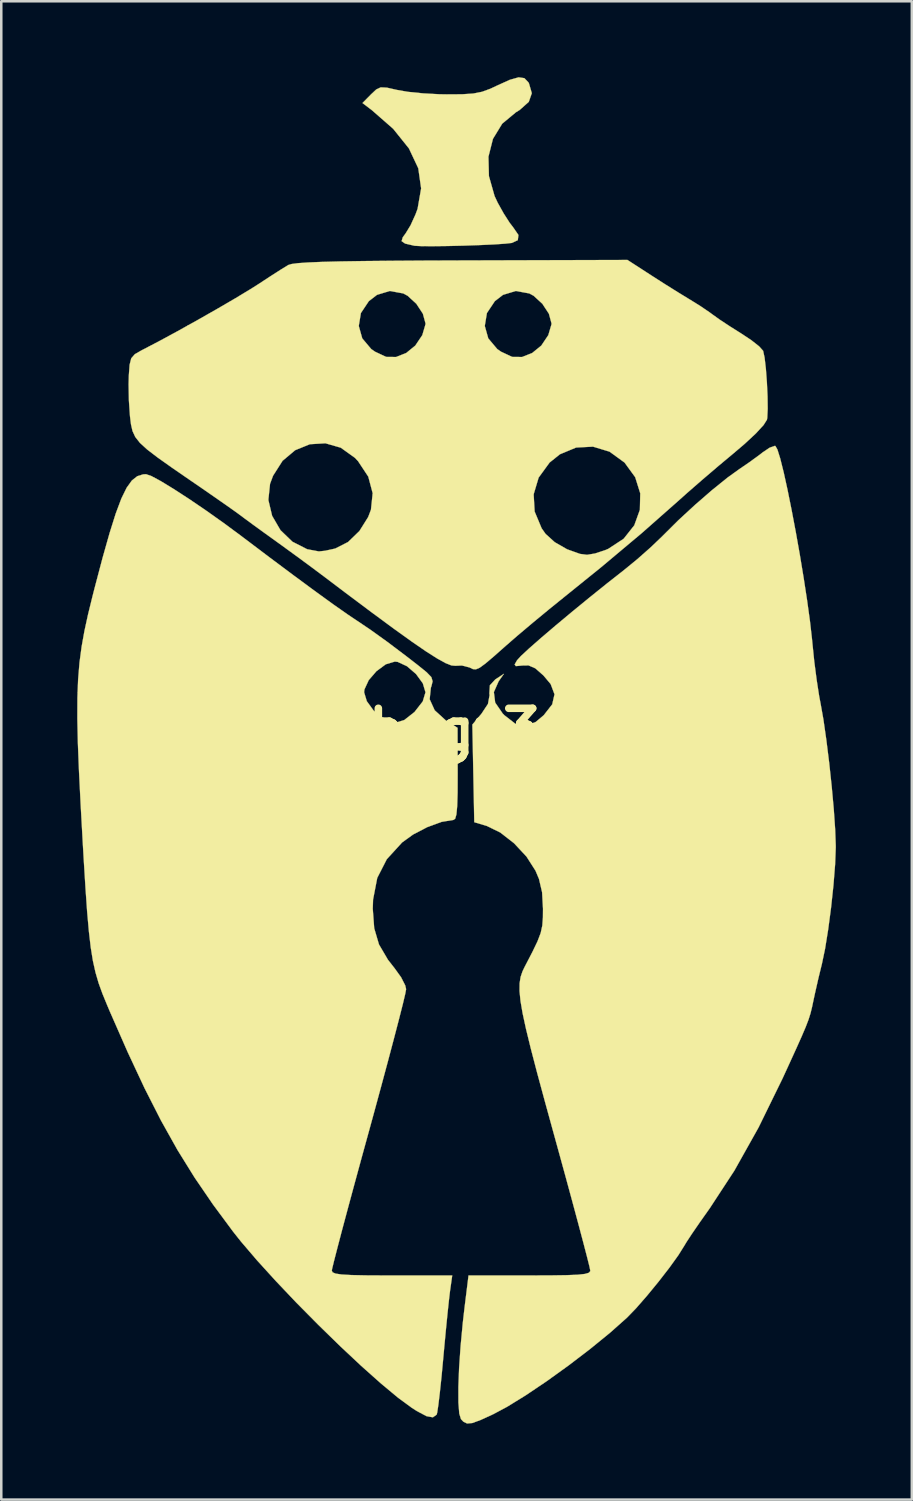
<source format=kicad_pcb>
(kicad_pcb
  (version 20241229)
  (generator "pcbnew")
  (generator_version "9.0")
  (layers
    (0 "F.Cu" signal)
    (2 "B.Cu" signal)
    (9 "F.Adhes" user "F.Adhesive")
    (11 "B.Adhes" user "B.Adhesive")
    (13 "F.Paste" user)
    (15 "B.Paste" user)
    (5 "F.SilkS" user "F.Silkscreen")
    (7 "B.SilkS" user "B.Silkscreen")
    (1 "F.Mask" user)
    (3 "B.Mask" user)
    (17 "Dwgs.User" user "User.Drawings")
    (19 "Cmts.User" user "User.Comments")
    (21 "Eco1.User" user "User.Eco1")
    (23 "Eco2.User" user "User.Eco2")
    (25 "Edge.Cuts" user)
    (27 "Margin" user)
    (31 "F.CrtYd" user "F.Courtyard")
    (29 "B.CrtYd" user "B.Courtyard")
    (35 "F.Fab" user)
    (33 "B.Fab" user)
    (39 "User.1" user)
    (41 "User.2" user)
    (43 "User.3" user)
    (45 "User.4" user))
  (footprint "bugv3"
    (layer "F.Cu")
    (at 14.908 25.766)
    (property "Reference" "bugv3" (at 0 0 0) (layer "F.SilkS") (effects (font (size 1.524 1.524) (thickness 0.3))))
    (attr through_hole)
    (fp_poly (pts (xy 2.758 -25.728) (xy 2.914 -25.566) (xy 2.939 -25.521) (xy 3.051 -25.135) (xy 2.932 -24.793) (xy 2.572 -24.472) (xy 2.425 -24.382) (xy 1.881 -23.93) (xy 1.516 -23.331) (xy 1.338 -22.626) (xy 1.357 -21.859) (xy 1.58 -21.072) (xy 1.705 -20.805) (xy 1.942 -20.381) (xy 2.176 -20.016) (xy 2.311 -19.84) (xy 2.522 -19.534) (xy 2.498 -19.328) (xy 2.266 -19.22) (xy 2.004 -19.19) (xy 1.558 -19.16) (xy 0.988 -19.134) (xy 0.356 -19.112) (xy -0.278 -19.097) (xy -0.851 -19.09) (xy -1.303 -19.092) (xy -1.572 -19.106) (xy -1.595 -19.11) (xy -1.954 -19.194) (xy -2.093 -19.29) (xy -2.046 -19.444) (xy -1.932 -19.599) (xy -1.739 -19.916) (xy -1.542 -20.349) (xy -1.461 -20.569) (xy -1.321 -21.373) (xy -1.434 -22.168) (xy -1.803 -22.952) (xy -2.425 -23.727) (xy -3.271 -24.467) (xy -3.638 -24.746) (xy -3.3 -25.089) (xy -3.094 -25.282) (xy -2.916 -25.365) (xy -2.673 -25.353) (xy -2.279 -25.264) (xy -1.841 -25.188) (xy -1.248 -25.128) (xy -0.601 -25.093) (xy -0.319 -25.088) (xy 0.298 -25.092) (xy 0.74 -25.121) (xy 1.085 -25.19) (xy 1.415 -25.311) (xy 1.672 -25.432) (xy 2.185 -25.664) (xy 2.531 -25.761) (xy 2.758 -25.728)) (stroke (width 0.01) (type solid)) (fill yes) (layer "F.SilkS"))
    (fp_poly (pts (xy -11.98 -10.011) (xy -11.603 -9.808) (xy -11.094 -9.497) (xy -10.486 -9.103) (xy -9.817 -8.648) (xy -9.121 -8.154) (xy -8.433 -7.646) (xy -8.365 -7.594) (xy -7.327 -6.81) (xy -6.37 -6.095) (xy -5.521 -5.469) (xy -4.804 -4.949) (xy -4.244 -4.556) (xy -3.964 -4.368) (xy -3.332 -3.944) (xy -2.658 -3.46) (xy -1.881 -2.873) (xy -1.45 -2.539) (xy -1.1 -2.256) (xy -0.917 -2.065) (xy -0.868 -1.902) (xy -0.915 -1.706) (xy -0.937 -1.647) (xy -0.984 -1.192) (xy -0.786 -0.757) (xy -0.352 -0.361) (xy -0.287 -0.319) (xy 0.118 -0.064) (xy 0.123 1.755) (xy 0.12 2.501) (xy 0.104 3.024) (xy 0.073 3.356) (xy 0.023 3.529) (xy -0.041 3.574) (xy -0.513 3.652) (xy -1.078 3.859) (xy -1.638 4.151) (xy -2.072 4.464) (xy -2.678 5.127) (xy -3.055 5.865) (xy -3.22 6.721) (xy -3.232 7.084) (xy -3.175 7.855) (xy -2.987 8.494) (xy -2.631 9.101) (xy -2.368 9.437) (xy -2.113 9.791) (xy -1.949 10.114) (xy -1.915 10.261) (xy -1.948 10.441) (xy -2.042 10.839) (xy -2.192 11.43) (xy -2.389 12.187) (xy -2.626 13.082) (xy -2.897 14.089) (xy -3.194 15.181) (xy -3.382 15.866) (xy -3.692 16.992) (xy -3.979 18.046) (xy -4.237 19.001) (xy -4.459 19.831) (xy -4.637 20.51) (xy -4.766 21.012) (xy -4.838 21.31) (xy -4.85 21.38) (xy -4.818 21.448) (xy -4.699 21.498) (xy -4.462 21.533) (xy -4.075 21.555) (xy -3.505 21.567) (xy -2.721 21.571) (xy -2.472 21.571) (xy -0.093 21.571) (xy -0.179 22.177) (xy -0.219 22.514) (xy -0.276 23.046) (xy -0.342 23.711) (xy -0.412 24.451) (xy -0.45 24.868) (xy -0.516 25.574) (xy -0.582 26.193) (xy -0.64 26.679) (xy -0.686 26.986) (xy -0.708 27.069) (xy -0.857 27.175) (xy -1.107 27.13) (xy -1.493 26.926) (xy -1.695 26.796) (xy -2.24 26.395) (xy -2.916 25.832) (xy -3.689 25.143) (xy -4.524 24.36) (xy -5.387 23.518) (xy -6.245 22.651) (xy -7.061 21.791) (xy -7.804 20.974) (xy -8.437 20.233) (xy -8.743 19.848) (xy -9.543 18.768) (xy -10.27 17.704) (xy -10.948 16.611) (xy -11.598 15.449) (xy -12.246 14.175) (xy -12.915 12.745) (xy -13.629 11.119) (xy -13.729 10.882) (xy -13.911 10.439) (xy -14.061 10.025) (xy -14.184 9.604) (xy -14.287 9.145) (xy -14.373 8.613) (xy -14.447 7.975) (xy -14.516 7.198) (xy -14.582 6.248) (xy -14.653 5.093) (xy -14.689 4.467) (xy -14.773 2.942) (xy -14.838 1.639) (xy -14.882 0.528) (xy -14.903 -0.423) (xy -14.9 -1.247) (xy -14.892 -1.468) (xy -3.574 -1.468) (xy -3.467 -1.114) (xy -3.198 -0.745) (xy -2.841 -0.438) (xy -2.473 -0.268) (xy -2.361 -0.255) (xy -1.987 -0.371) (xy -1.583 -0.689) (xy -1.257 -1.107) (xy -1.149 -1.468) (xy -1.255 -1.822) (xy -1.525 -2.191) (xy -1.882 -2.498) (xy -2.249 -2.668) (xy -2.361 -2.68) (xy -2.716 -2.574) (xy -3.084 -2.304) (xy -3.391 -1.948) (xy -3.561 -1.58) (xy -3.574 -1.468) (xy -14.892 -1.468) (xy -14.872 -1.974) (xy -14.818 -2.637) (xy -14.734 -3.267) (xy -14.621 -3.896) (xy -14.477 -4.555) (xy -14.3 -5.276) (xy -14.223 -5.577) (xy -13.905 -6.782) (xy -13.628 -7.76) (xy -13.385 -8.532) (xy -13.164 -9.121) (xy -12.955 -9.547) (xy -12.749 -9.834) (xy -12.536 -10.003) (xy -12.306 -10.076) (xy -12.188 -10.083) (xy -11.98 -10.011)) (stroke (width 0.01) (type solid)) (fill yes) (layer "F.SilkS"))
    (fp_poly (pts (xy 12.673 -11.199) (xy 12.754 -11.057) (xy 12.866 -10.698) (xy 13.001 -10.158) (xy 13.152 -9.472) (xy 13.313 -8.676) (xy 13.478 -7.805) (xy 13.64 -6.895) (xy 13.791 -5.982) (xy 13.926 -5.101) (xy 14.038 -4.288) (xy 14.119 -3.578) (xy 14.138 -3.382) (xy 14.21 -2.68) (xy 14.305 -1.95) (xy 14.405 -1.303) (xy 14.459 -1.021) (xy 14.571 -0.39) (xy 14.686 0.411) (xy 14.798 1.314) (xy 14.898 2.25) (xy 14.98 3.151) (xy 15.035 3.949) (xy 15.058 4.575) (xy 15.059 4.659) (xy 15.033 5.332) (xy 14.968 6.149) (xy 14.874 7.03) (xy 14.76 7.896) (xy 14.636 8.666) (xy 14.511 9.263) (xy 14.509 9.271) (xy 14.372 9.831) (xy 14.237 10.426) (xy 14.177 10.705) (xy 14.12 10.975) (xy 14.062 11.212) (xy 13.985 11.456) (xy 13.874 11.747) (xy 13.713 12.125) (xy 13.486 12.632) (xy 13.178 13.306) (xy 12.958 13.785) (xy 12.007 15.728) (xy 11.051 17.433) (xy 10.08 18.917) (xy 10.04 18.973) (xy 9.691 19.467) (xy 9.385 19.912) (xy 9.162 20.251) (xy 9.074 20.398) (xy 8.844 20.766) (xy 8.489 21.26) (xy 8.058 21.816) (xy 7.602 22.372) (xy 7.17 22.867) (xy 6.811 23.238) (xy 6.81 23.239) (xy 6.141 23.834) (xy 5.356 24.474) (xy 4.506 25.124) (xy 3.642 25.746) (xy 2.815 26.303) (xy 2.077 26.758) (xy 1.527 27.052) (xy 1.029 27.28) (xy 0.703 27.4) (xy 0.494 27.419) (xy 0.347 27.347) (xy 0.252 27.246) (xy 0.185 27.025) (xy 0.151 26.589) (xy 0.15 25.974) (xy 0.179 25.22) (xy 0.238 24.362) (xy 0.325 23.439) (xy 0.397 22.815) (xy 0.551 21.571) (xy 2.956 21.571) (xy 3.807 21.568) (xy 4.435 21.559) (xy 4.872 21.541) (xy 5.15 21.51) (xy 5.301 21.466) (xy 5.358 21.404) (xy 5.361 21.378) (xy 5.328 21.217) (xy 5.233 20.837) (xy 5.084 20.265) (xy 4.888 19.527) (xy 4.652 18.65) (xy 4.383 17.66) (xy 4.088 16.586) (xy 3.94 16.049) (xy 3.565 14.686) (xy 3.256 13.545) (xy 3.01 12.601) (xy 2.822 11.832) (xy 2.688 11.214) (xy 2.604 10.723) (xy 2.566 10.336) (xy 2.569 10.028) (xy 2.609 9.777) (xy 2.683 9.558) (xy 2.763 9.391) (xy 3.07 8.8) (xy 3.276 8.371) (xy 3.402 8.041) (xy 3.466 7.747) (xy 3.49 7.425) (xy 3.493 7.084) (xy 3.457 6.431) (xy 3.335 5.908) (xy 3.198 5.582) (xy 2.842 5.025) (xy 2.352 4.499) (xy 1.803 4.071) (xy 1.27 3.812) (xy 1.264 3.81) (xy 0.778 3.665) (xy 0.702 -0.191) (xy 1.065 -0.624) (xy 1.319 -1.008) (xy 1.382 -1.352) (xy 1.374 -1.422) (xy 1.394 -1.743) (xy 1.608 -1.974) (xy 1.635 -1.992) (xy 1.949 -2.198) (xy 1.74 -1.9) (xy 1.552 -1.476) (xy 1.604 -1.06) (xy 1.902 -0.627) (xy 1.966 -0.562) (xy 2.398 -0.226) (xy 2.8 -0.137) (xy 3.206 -0.295) (xy 3.523 -0.562) (xy 3.857 -0.99) (xy 3.948 -1.388) (xy 3.795 -1.793) (xy 3.509 -2.133) (xy 3.187 -2.415) (xy 2.923 -2.529) (xy 2.678 -2.525) (xy 2.421 -2.501) (xy 2.372 -2.565) (xy 2.469 -2.734) (xy 2.628 -2.907) (xy 2.956 -3.211) (xy 3.421 -3.619) (xy 3.993 -4.107) (xy 4.639 -4.646) (xy 5.329 -5.211) (xy 6.03 -5.775) (xy 6.701 -6.302) (xy 7.218 -6.726) (xy 7.755 -7.201) (xy 8.206 -7.632) (xy 8.251 -7.678) (xy 8.844 -8.267) (xy 9.505 -8.877) (xy 10.171 -9.455) (xy 10.782 -9.948) (xy 11.232 -10.272) (xy 11.645 -10.555) (xy 12.033 -10.837) (xy 12.174 -10.947) (xy 12.447 -11.13) (xy 12.65 -11.202) (xy 12.673 -11.199)) (stroke (width 0.01) (type solid)) (fill yes) (layer "F.SilkS"))
    (fp_poly (pts (xy 7.796 -17.921) (xy 8.31 -17.592) (xy 8.817 -17.275) (xy 9.224 -17.025) (xy 9.306 -16.976) (xy 9.713 -16.723) (xy 10.086 -16.469) (xy 10.19 -16.392) (xy 10.474 -16.189) (xy 10.887 -15.917) (xy 11.319 -15.645) (xy 11.721 -15.379) (xy 12.031 -15.134) (xy 12.187 -14.96) (xy 12.19 -14.953) (xy 12.247 -14.688) (xy 12.298 -14.248) (xy 12.338 -13.711) (xy 12.364 -13.157) (xy 12.37 -12.665) (xy 12.353 -12.314) (xy 12.34 -12.235) (xy 12.207 -12.024) (xy 11.904 -11.695) (xy 11.463 -11.284) (xy 11.024 -10.91) (xy 10.424 -10.409) (xy 9.778 -9.857) (xy 9.176 -9.332) (xy 8.818 -9.012) (xy 7.399 -7.759) (xy 5.784 -6.404) (xy 4.349 -5.245) (xy 3.734 -4.748) (xy 3.084 -4.211) (xy 2.48 -3.701) (xy 2.042 -3.32) (xy 1.554 -2.888) (xy 1.218 -2.603) (xy 0.994 -2.439) (xy 0.842 -2.374) (xy 0.724 -2.383) (xy 0.6 -2.444) (xy 0.592 -2.448) (xy 0.291 -2.525) (xy 0.026 -2.514) (xy -0.124 -2.528) (xy -0.354 -2.619) (xy -0.681 -2.799) (xy -1.119 -3.077) (xy -1.685 -3.466) (xy -2.393 -3.974) (xy -3.26 -4.613) (xy -4.302 -5.393) (xy -5.088 -5.988) (xy -5.647 -6.406) (xy -6.296 -6.884) (xy -6.917 -7.335) (xy -7.067 -7.443) (xy -7.549 -7.79) (xy -7.986 -8.107) (xy -8.315 -8.349) (xy -8.424 -8.432) (xy -8.639 -8.589) (xy -9.019 -8.858) (xy -9.317 -9.066) (xy -7.357 -9.066) (xy -7.208 -8.439) (xy -6.879 -7.873) (xy -6.406 -7.416) (xy -5.824 -7.119) (xy -5.361 -7.032) (xy -5.116 -7.058) (xy -4.763 -7.135) (xy -4.701 -7.152) (xy -4.209 -7.403) (xy -3.759 -7.839) (xy -3.415 -8.388) (xy -3.304 -8.677) (xy -3.24 -9.289) (xy 3.124 -9.289) (xy 3.163 -8.607) (xy 3.44 -7.945) (xy 3.596 -7.723) (xy 3.956 -7.398) (xy 4.446 -7.116) (xy 4.952 -6.935) (xy 5.233 -6.898) (xy 5.55 -6.951) (xy 5.951 -7.083) (xy 6.073 -7.135) (xy 6.68 -7.533) (xy 7.099 -8.063) (xy 7.32 -8.676) (xy 7.335 -9.326) (xy 7.135 -9.965) (xy 6.714 -10.543) (xy 6.122 -10.973) (xy 5.469 -11.171) (xy 4.801 -11.136) (xy 4.161 -10.87) (xy 3.753 -10.543) (xy 3.321 -9.949) (xy 3.124 -9.289) (xy -3.24 -9.289) (xy -3.236 -9.333) (xy -3.409 -9.986) (xy -3.814 -10.599) (xy -3.939 -10.731) (xy -4.496 -11.13) (xy -5.103 -11.304) (xy -5.717 -11.267) (xy -6.296 -11.032) (xy -6.795 -10.613) (xy -7.171 -10.022) (xy -7.29 -9.703) (xy -7.357 -9.066) (xy -9.317 -9.066) (xy -9.52 -9.207) (xy -10.095 -9.605) (xy -10.406 -9.818) (xy -11.161 -10.338) (xy -11.732 -10.743) (xy -12.147 -11.061) (xy -12.432 -11.322) (xy -12.615 -11.555) (xy -12.723 -11.788) (xy -12.783 -12.051) (xy -12.823 -12.372) (xy -12.825 -12.396) (xy -12.866 -12.992) (xy -12.878 -13.633) (xy -12.869 -13.976) (xy -12.838 -14.406) (xy -12.773 -14.661) (xy -12.631 -14.824) (xy -12.368 -14.975) (xy -12.317 -15.001) (xy -11.683 -15.332) (xy -10.941 -15.734) (xy -10.571 -15.94) (xy -3.785 -15.94) (xy -3.647 -15.448) (xy -3.294 -15.028) (xy -3.137 -14.919) (xy -2.702 -14.717) (xy -2.31 -14.713) (xy -1.91 -14.872) (xy -1.553 -15.163) (xy -1.276 -15.575) (xy -1.168 -15.94) (xy 1.193 -15.94) (xy 1.331 -15.448) (xy 1.684 -15.028) (xy 1.841 -14.919) (xy 2.276 -14.717) (xy 2.668 -14.713) (xy 3.067 -14.872) (xy 3.425 -15.163) (xy 3.702 -15.575) (xy 3.827 -15.999) (xy 3.829 -16.044) (xy 3.726 -16.422) (xy 3.467 -16.816) (xy 3.123 -17.131) (xy 2.953 -17.224) (xy 2.419 -17.321) (xy 1.913 -17.168) (xy 1.59 -16.918) (xy 1.277 -16.449) (xy 1.193 -15.94) (xy -1.168 -15.94) (xy -1.151 -15.999) (xy -1.149 -16.044) (xy -1.252 -16.422) (xy -1.511 -16.816) (xy -1.855 -17.131) (xy -2.025 -17.224) (xy -2.559 -17.321) (xy -3.065 -17.168) (xy -3.388 -16.918) (xy -3.701 -16.449) (xy -3.785 -15.94) (xy -10.571 -15.94) (xy -10.149 -16.175) (xy -9.366 -16.621) (xy -8.649 -17.039) (xy -8.057 -17.397) (xy -7.732 -17.603) (xy -7.282 -17.898) (xy -6.881 -18.155) (xy -6.603 -18.326) (xy -6.564 -18.349) (xy -6.435 -18.387) (xy -6.183 -18.42) (xy -5.791 -18.447) (xy -5.242 -18.47) (xy -4.52 -18.489) (xy -3.608 -18.503) (xy -2.49 -18.514) (xy -1.147 -18.523) (xy 0.275 -18.528) (xy 6.829 -18.547) (xy 7.796 -17.921)) (stroke (width 0.01) (type solid)) (fill yes) (layer "F.SilkS")))
  (gr_rect
    (start -3 -3)
    (end 32.972 56.191)
    (stroke (width 0.1) (type default))
    (fill no)
    (layer "Edge.Cuts")))
</source>
